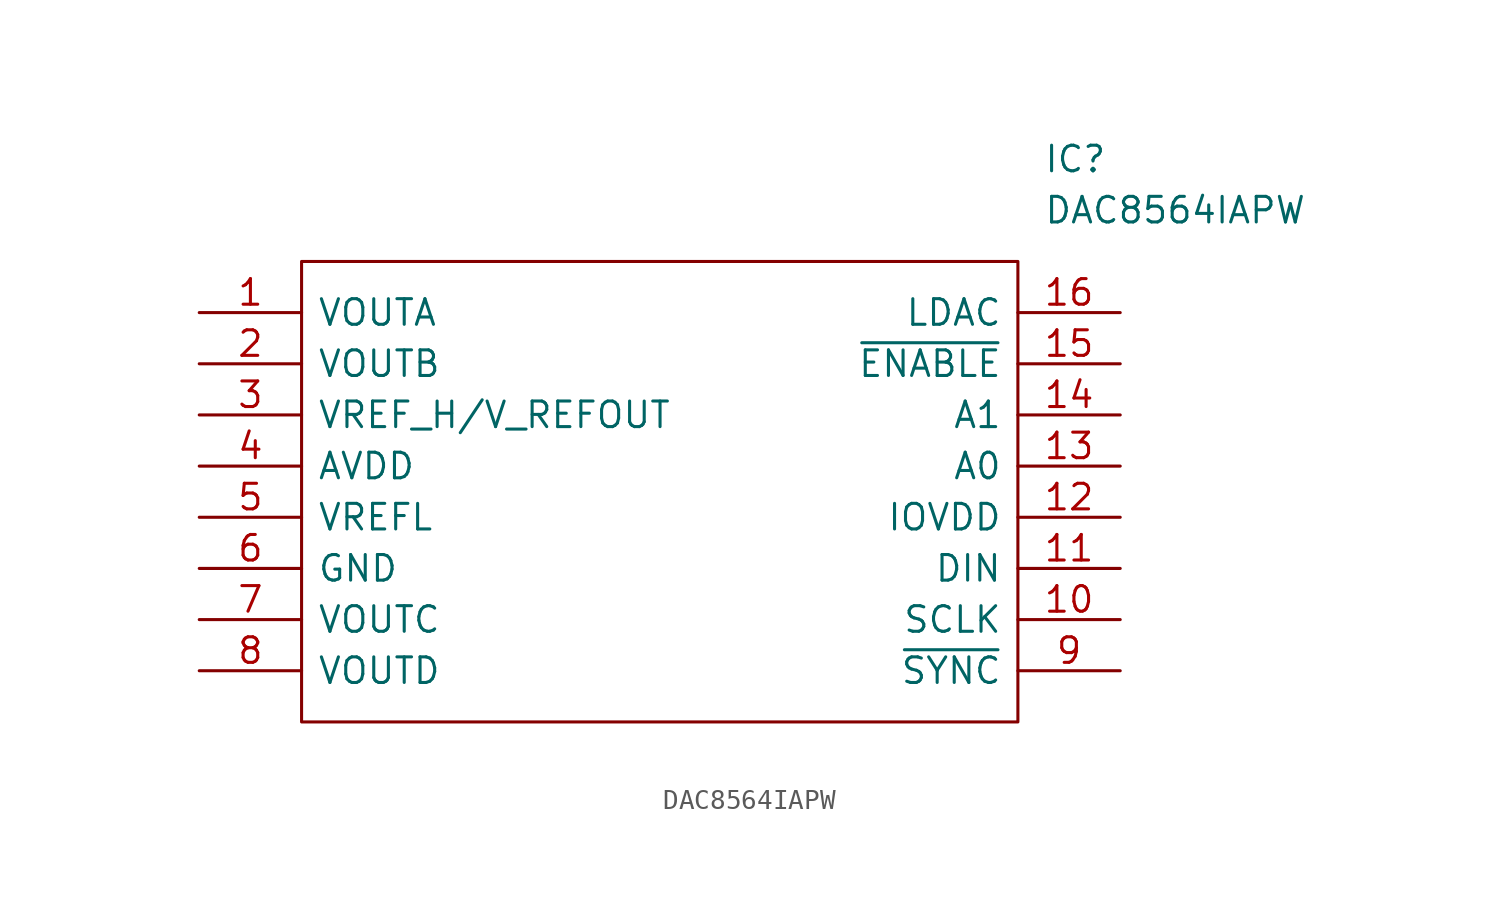
<source format=kicad_sym>
(kicad_symbol_lib
  (version 20211014)
  (generator kicad_symbol_editor)
  (symbol "DAC8564IAPW"
    (pin_names
      (offset 0.762))
    (property "Reference" "IC"
      (at 41.91 7.62 0)
      (effects (font (size 1.27 1.27)) (justify left)))
    (property "Value" "DAC8564IAPW"
      (at 41.91 5.08 0)
      (effects (font (size 1.27 1.27)) (justify left)))
    (symbol "DAC8564IAPW_0_0"
      (pin passive line (at 0 0 0) (length 5.08) (name "VOUTA" (effects (font (size 1.27 1.27)))) (number "1" (effects (font (size 1.27 1.27)))))
      (pin passive line (at 45.72 -15.24 180) (length 5.08) (name "SCLK" (effects (font (size 1.27 1.27)))) (number "10" (effects (font (size 1.27 1.27)))))
      (pin passive line (at 45.72 -12.7 180) (length 5.08) (name "DIN" (effects (font (size 1.27 1.27)))) (number "11" (effects (font (size 1.27 1.27)))))
      (pin passive line (at 45.72 -10.16 180) (length 5.08) (name "IOVDD" (effects (font (size 1.27 1.27)))) (number "12" (effects (font (size 1.27 1.27)))))
      (pin passive line (at 45.72 -7.62 180) (length 5.08) (name "A0" (effects (font (size 1.27 1.27)))) (number "13" (effects (font (size 1.27 1.27)))))
      (pin passive line (at 45.72 -5.08 180) (length 5.08) (name "A1" (effects (font (size 1.27 1.27)))) (number "14" (effects (font (size 1.27 1.27)))))
      (pin passive line (at 45.72 -2.54 180) (length 5.08) (name "~{ENABLE}" (effects (font (size 1.27 1.27)))) (number "15" (effects (font (size 1.27 1.27)))))
      (pin passive line (at 45.72 0 180) (length 5.08) (name "LDAC" (effects (font (size 1.27 1.27)))) (number "16" (effects (font (size 1.27 1.27)))))
      (pin passive line (at 0 -2.54 0) (length 5.08) (name "VOUTB" (effects (font (size 1.27 1.27)))) (number "2" (effects (font (size 1.27 1.27)))))
      (pin passive line (at 0 -5.08 0) (length 5.08) (name "VREF_H/V_REFOUT" (effects (font (size 1.27 1.27)))) (number "3" (effects (font (size 1.27 1.27)))))
      (pin passive line (at 0 -7.62 0) (length 5.08) (name "AVDD" (effects (font (size 1.27 1.27)))) (number "4" (effects (font (size 1.27 1.27)))))
      (pin passive line (at 0 -10.16 0) (length 5.08) (name "VREFL" (effects (font (size 1.27 1.27)))) (number "5" (effects (font (size 1.27 1.27)))))
      (pin passive line (at 0 -12.7 0) (length 5.08) (name "GND" (effects (font (size 1.27 1.27)))) (number "6" (effects (font (size 1.27 1.27)))))
      (pin passive line (at 0 -15.24 0) (length 5.08) (name "VOUTC" (effects (font (size 1.27 1.27)))) (number "7" (effects (font (size 1.27 1.27)))))
      (pin passive line (at 0 -17.78 0) (length 5.08) (name "VOUTD" (effects (font (size 1.27 1.27)))) (number "8" (effects (font (size 1.27 1.27)))))
      (pin passive line (at 45.72 -17.78 180) (length 5.08) (name "~{SYNC}" (effects (font (size 1.27 1.27)))) (number "9" (effects (font (size 1.27 1.27))))))
    (symbol "DAC8564IAPW_0_1"
      (polyline (pts (xy 5.08 2.54) (xy 40.64 2.54) (xy 40.64 -20.32) (xy 5.08 -20.32) (xy 5.08 2.54)) (stroke (width 0.152) (type default) (color 0 0 0 0)) (fill (type none))))))
</source>
